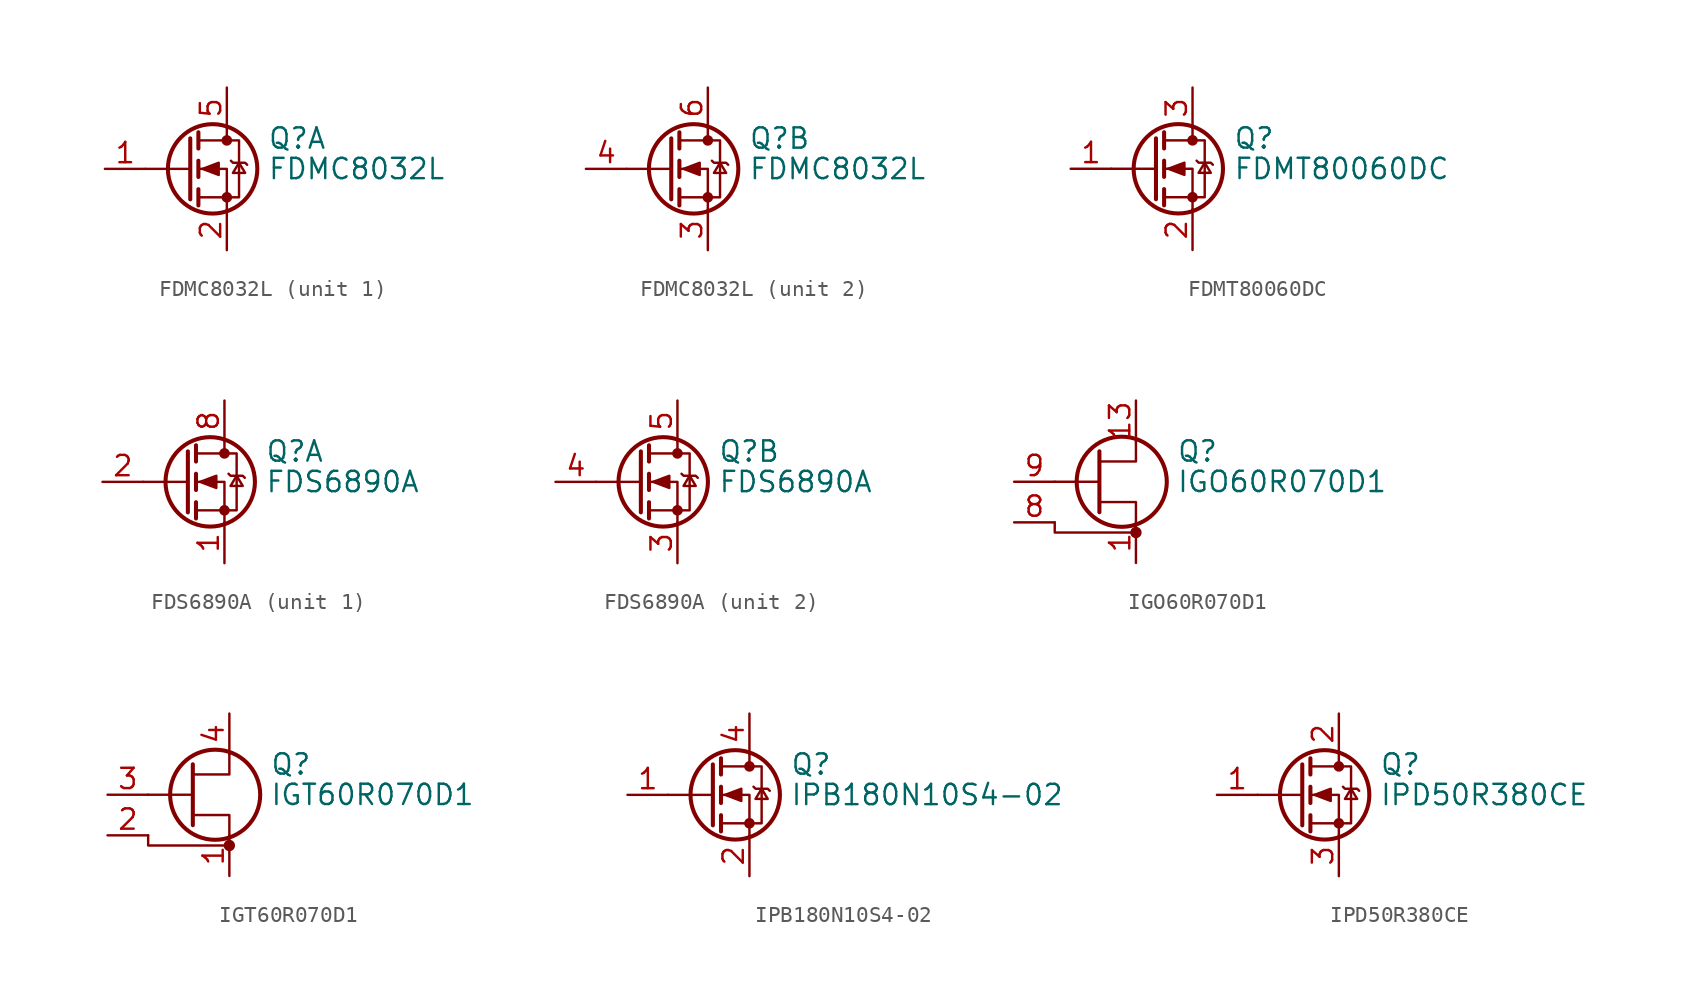
<source format=kicad_sym>
(kicad_symbol_lib
  (version 20201005)
  (generator kicad_symbol_editor)
  (symbol "FDMC8032L"
    (pin_names hide)
    (property "Reference" "Q"
      (at 5.08 1.905 0)
      (effects (font (size 1.27 1.27)) (justify left)))
    (property "Value" "FDMC8032L"
      (at 5.08 0 0)
      (effects (font (size 1.27 1.27)) (justify left)))
    (symbol "FDMC8032L_0_1"
      (circle (center 1.651 0) (radius 2.794) (stroke (width 0.254)) (fill (type none)))
      (circle (center 2.54 -1.778) (radius 0.254) (stroke (width 0)) (fill (type outline)))
      (circle (center 2.54 1.778) (radius 0.254) (stroke (width 0)) (fill (type outline)))
      (polyline (pts (xy 0.254 0) (xy -2.54 0)) (stroke (width 0)) (fill (type none)))
      (polyline (pts (xy 0.254 1.905) (xy 0.254 -1.905)) (stroke (width 0.254)) (fill (type none)))
      (polyline (pts (xy 0.762 -1.27) (xy 0.762 -2.286)) (stroke (width 0.254)) (fill (type none)))
      (polyline (pts (xy 0.762 0.508) (xy 0.762 -0.508)) (stroke (width 0.254)) (fill (type none)))
      (polyline (pts (xy 0.762 2.286) (xy 0.762 1.27)) (stroke (width 0.254)) (fill (type none)))
      (polyline (pts (xy 2.54 2.54) (xy 2.54 1.778)) (stroke (width 0)) (fill (type none)))
      (polyline (pts (xy 2.54 -2.54) (xy 2.54 0) (xy 0.762 0)) (stroke (width 0)) (fill (type none)))
      (polyline (pts (xy 0.762 -1.778) (xy 3.302 -1.778) (xy 3.302 1.778) (xy 0.762 1.778)) (stroke (width 0)) (fill (type none)))
      (polyline (pts (xy 2.794 0.508) (xy 2.921 0.381) (xy 3.683 0.381) (xy 3.81 0.254)) (stroke (width 0)) (fill (type none)))
      (polyline (pts (xy 3.302 0.381) (xy 2.921 -0.254) (xy 3.683 -0.254) (xy 3.302 0.381)) (stroke (width 0)) (fill (type none)))
      (polyline (pts (xy 1.016 0) (xy 2.032 0.381) (xy 2.032 -0.381) (xy 1.016 0)) (stroke (width 0)) (fill (type outline))))
    (symbol "FDMC8032L_1_1"
      (pin passive line (at -5.08 0 0) (length 2.54) (name "G1" (effects (font (size 1.27 1.27)))) (number "1" (effects (font (size 1.27 1.27)))))
      (pin passive line (at 2.54 -5.08 90) (length 2.54) (name "S1" (effects (font (size 1.27 1.27)))) (number "2" (effects (font (size 1.27 1.27)))))
      (pin passive line (at 2.54 5.08 270) (length 2.54) (name "D1" (effects (font (size 1.27 1.27)))) (number "5" (effects (font (size 1.27 1.27))))))
    (symbol "FDMC8032L_2_1"
      (pin passive line (at 2.54 -5.08 90) (length 2.54) (name "S2" (effects (font (size 1.27 1.27)))) (number "3" (effects (font (size 1.27 1.27)))))
      (pin passive line (at -5.08 0 0) (length 2.54) (name "G2" (effects (font (size 1.27 1.27)))) (number "4" (effects (font (size 1.27 1.27)))))
      (pin passive line (at 2.54 5.08 270) (length 2.54) (name "D2" (effects (font (size 1.27 1.27)))) (number "6" (effects (font (size 1.27 1.27)))))))
  (symbol "FDMT80060DC"
    (pin_names hide)
    (property "Reference" "Q"
      (at 5.08 1.905 0)
      (effects (font (size 1.27 1.27)) (justify left)))
    (property "Value" "FDMT80060DC"
      (at 5.08 0 0)
      (effects (font (size 1.27 1.27)) (justify left)))
    (symbol "FDMT80060DC_0_1"
      (circle (center 1.651 0) (radius 2.794) (stroke (width 0.254)) (fill (type none)))
      (circle (center 2.54 -1.778) (radius 0.254) (stroke (width 0)) (fill (type outline)))
      (circle (center 2.54 1.778) (radius 0.254) (stroke (width 0)) (fill (type outline)))
      (polyline (pts (xy 0.254 0) (xy -2.54 0)) (stroke (width 0)) (fill (type none)))
      (polyline (pts (xy 0.254 1.905) (xy 0.254 -1.905)) (stroke (width 0.254)) (fill (type none)))
      (polyline (pts (xy 0.762 -1.27) (xy 0.762 -2.286)) (stroke (width 0.254)) (fill (type none)))
      (polyline (pts (xy 0.762 0.508) (xy 0.762 -0.508)) (stroke (width 0.254)) (fill (type none)))
      (polyline (pts (xy 0.762 2.286) (xy 0.762 1.27)) (stroke (width 0.254)) (fill (type none)))
      (polyline (pts (xy 2.54 2.54) (xy 2.54 1.778)) (stroke (width 0)) (fill (type none)))
      (polyline (pts (xy 2.54 -2.54) (xy 2.54 0) (xy 0.762 0)) (stroke (width 0)) (fill (type none)))
      (polyline (pts (xy 0.762 -1.778) (xy 3.302 -1.778) (xy 3.302 1.778) (xy 0.762 1.778)) (stroke (width 0)) (fill (type none)))
      (polyline (pts (xy 2.794 0.508) (xy 2.921 0.381) (xy 3.683 0.381) (xy 3.81 0.254)) (stroke (width 0)) (fill (type none)))
      (polyline (pts (xy 3.302 0.381) (xy 2.921 -0.254) (xy 3.683 -0.254) (xy 3.302 0.381)) (stroke (width 0)) (fill (type none)))
      (polyline (pts (xy 1.016 0) (xy 2.032 0.381) (xy 2.032 -0.381) (xy 1.016 0)) (stroke (width 0)) (fill (type outline))))
    (symbol "FDMT80060DC_1_1"
      (pin passive line (at -5.08 0 0) (length 2.54) (name "G" (effects (font (size 1.27 1.27)))) (number "1" (effects (font (size 1.27 1.27)))))
      (pin passive line (at 2.54 -5.08 90) (length 2.54) (name "S" (effects (font (size 1.27 1.27)))) (number "2" (effects (font (size 1.27 1.27)))))
      (pin passive line (at 2.54 5.08 270) (length 2.54) (name "D" (effects (font (size 1.27 1.27)))) (number "3" (effects (font (size 1.27 1.27)))))))
  (symbol "FDS6890A"
    (pin_names hide)
    (property "Reference" "Q"
      (at 5.08 1.905 0)
      (effects (font (size 1.27 1.27)) (justify left)))
    (property "Value" "FDS6890A"
      (at 5.08 0 0)
      (effects (font (size 1.27 1.27)) (justify left)))
    (symbol "FDS6890A_0_1"
      (circle (center 1.651 0) (radius 2.794) (stroke (width 0.254)) (fill (type none)))
      (circle (center 2.54 -1.778) (radius 0.254) (stroke (width 0)) (fill (type outline)))
      (circle (center 2.54 1.778) (radius 0.254) (stroke (width 0)) (fill (type outline)))
      (polyline (pts (xy 0.254 0) (xy -2.54 0)) (stroke (width 0)) (fill (type none)))
      (polyline (pts (xy 0.254 1.905) (xy 0.254 -1.905)) (stroke (width 0.254)) (fill (type none)))
      (polyline (pts (xy 0.762 -1.27) (xy 0.762 -2.286)) (stroke (width 0.254)) (fill (type none)))
      (polyline (pts (xy 0.762 0.508) (xy 0.762 -0.508)) (stroke (width 0.254)) (fill (type none)))
      (polyline (pts (xy 0.762 2.286) (xy 0.762 1.27)) (stroke (width 0.254)) (fill (type none)))
      (polyline (pts (xy 2.54 2.54) (xy 2.54 1.778)) (stroke (width 0)) (fill (type none)))
      (polyline (pts (xy 2.54 -2.54) (xy 2.54 0) (xy 0.762 0)) (stroke (width 0)) (fill (type none)))
      (polyline (pts (xy 0.762 -1.778) (xy 3.302 -1.778) (xy 3.302 1.778) (xy 0.762 1.778)) (stroke (width 0)) (fill (type none)))
      (polyline (pts (xy 2.794 0.508) (xy 2.921 0.381) (xy 3.683 0.381) (xy 3.81 0.254)) (stroke (width 0)) (fill (type none)))
      (polyline (pts (xy 3.302 0.381) (xy 2.921 -0.254) (xy 3.683 -0.254) (xy 3.302 0.381)) (stroke (width 0)) (fill (type none)))
      (polyline (pts (xy 1.016 0) (xy 2.032 0.381) (xy 2.032 -0.381) (xy 1.016 0)) (stroke (width 0)) (fill (type outline))))
    (symbol "FDS6890A_1_1"
      (pin passive line (at 2.54 -5.08 90) (length 2.54) (name "S1" (effects (font (size 1.27 1.27)))) (number "1" (effects (font (size 1.27 1.27)))))
      (pin passive line (at -5.08 0 0) (length 2.54) (name "G1" (effects (font (size 1.27 1.27)))) (number "2" (effects (font (size 1.27 1.27)))))
      (pin passive line (at 2.54 5.08 270) (length 2.54) hide (name "D1" (effects (font (size 1.27 1.27)))) (number "7" (effects (font (size 1.27 1.27)))))
      (pin passive line (at 2.54 5.08 270) (length 2.54) (name "D1" (effects (font (size 1.27 1.27)))) (number "8" (effects (font (size 1.27 1.27))))))
    (symbol "FDS6890A_2_1"
      (pin passive line (at 2.54 -5.08 90) (length 2.54) (name "S2" (effects (font (size 1.27 1.27)))) (number "3" (effects (font (size 1.27 1.27)))))
      (pin passive line (at -5.08 0 0) (length 2.54) (name "G2" (effects (font (size 1.27 1.27)))) (number "4" (effects (font (size 1.27 1.27)))))
      (pin passive line (at 2.54 5.08 270) (length 2.54) (name "D2" (effects (font (size 1.27 1.27)))) (number "5" (effects (font (size 1.27 1.27)))))
      (pin passive line (at 2.54 5.08 270) (length 2.54) hide (name "D2" (effects (font (size 1.27 1.27)))) (number "6" (effects (font (size 1.27 1.27)))))))
  (symbol "IGO60R070D1"
    (pin_names
      (offset 0) hide)
    (property "Reference" "Q"
      (at 5.08 1.905 0)
      (effects (font (size 1.27 1.27)) (justify left)))
    (property "Value" "IGO60R070D1"
      (at 5.08 0 0)
      (effects (font (size 1.27 1.27)) (justify left)))
    (symbol "IGO60R070D1_0_1"
      (circle (center 1.651 0) (radius 2.819) (stroke (width 0.254)) (fill (type none)))
      (circle (center 2.54 -3.175) (radius 0.279) (stroke (width 0)) (fill (type outline)))
      (polyline (pts (xy -2.54 0) (xy 0.254 0)) (stroke (width 0)) (fill (type none)))
      (polyline (pts (xy -2.54 -2.54) (xy -2.54 -3.175) (xy 2.54 -3.175)) (stroke (width 0)) (fill (type none)))
      (polyline (pts (xy 0.254 -1.27) (xy 2.54 -1.27) (xy 2.54 -2.54)) (stroke (width 0)) (fill (type none)))
      (polyline (pts (xy 0.254 1.905) (xy 0.254 -1.905) (xy 0.254 -1.905)) (stroke (width 0.254)) (fill (type none)))
      (polyline (pts (xy 2.54 2.54) (xy 2.54 1.27) (xy 0.254 1.27)) (stroke (width 0)) (fill (type none))))
    (symbol "IGO60R070D1_1_1"
      (pin passive line (at 2.54 -5.08 90) (length 2.54) (name "S" (effects (font (size 1.27 1.27)))) (number "1" (effects (font (size 1.27 1.27)))))
      (pin input line (at -5.08 0 0) (length 2.54) hide (name "G" (effects (font (size 1.27 1.27)))) (number "10" (effects (font (size 1.27 1.27)))))
      (pin passive line (at 2.54 5.08 270) (length 2.54) (name "D" (effects (font (size 1.27 1.27)))) (number "13" (effects (font (size 1.27 1.27)))))
      (pin passive line (at 2.54 5.08 270) (length 2.54) hide (name "D" (effects (font (size 1.27 1.27)))) (number "14" (effects (font (size 1.27 1.27)))))
      (pin passive line (at 2.54 5.08 270) (length 2.54) hide (name "D" (effects (font (size 1.27 1.27)))) (number "15" (effects (font (size 1.27 1.27)))))
      (pin passive line (at 2.54 5.08 270) (length 2.54) hide (name "D" (effects (font (size 1.27 1.27)))) (number "16" (effects (font (size 1.27 1.27)))))
      (pin passive line (at 2.54 5.08 270) (length 2.54) hide (name "D" (effects (font (size 1.27 1.27)))) (number "17" (effects (font (size 1.27 1.27)))))
      (pin passive line (at 2.54 5.08 270) (length 2.54) hide (name "D" (effects (font (size 1.27 1.27)))) (number "18" (effects (font (size 1.27 1.27)))))
      (pin passive line (at 2.54 -5.08 90) (length 2.54) hide (name "S" (effects (font (size 1.27 1.27)))) (number "2" (effects (font (size 1.27 1.27)))))
      (pin passive line (at 2.54 -5.08 90) (length 2.54) hide (name "S" (effects (font (size 1.27 1.27)))) (number "21" (effects (font (size 1.27 1.27)))))
      (pin passive line (at 2.54 -5.08 90) (length 2.54) hide (name "S" (effects (font (size 1.27 1.27)))) (number "3" (effects (font (size 1.27 1.27)))))
      (pin passive line (at 2.54 -5.08 90) (length 2.54) hide (name "S" (effects (font (size 1.27 1.27)))) (number "4" (effects (font (size 1.27 1.27)))))
      (pin passive line (at 2.54 -5.08 90) (length 2.54) hide (name "S" (effects (font (size 1.27 1.27)))) (number "5" (effects (font (size 1.27 1.27)))))
      (pin passive line (at 2.54 -5.08 90) (length 2.54) hide (name "S" (effects (font (size 1.27 1.27)))) (number "6" (effects (font (size 1.27 1.27)))))
      (pin passive line (at 2.54 -5.08 90) (length 2.54) hide (name "S" (effects (font (size 1.27 1.27)))) (number "7" (effects (font (size 1.27 1.27)))))
      (pin passive line (at -5.08 -2.54 0) (length 2.54) (name "SS" (effects (font (size 1.27 1.27)))) (number "8" (effects (font (size 1.27 1.27)))))
      (pin input line (at -5.08 0 0) (length 2.54) (name "G" (effects (font (size 1.27 1.27)))) (number "9" (effects (font (size 1.27 1.27)))))))
  (symbol "IGT60R070D1"
    (pin_names
      (offset 0) hide)
    (property "Reference" "Q"
      (at 5.08 1.905 0)
      (effects (font (size 1.27 1.27)) (justify left)))
    (property "Value" "IGT60R070D1"
      (at 5.08 0 0)
      (effects (font (size 1.27 1.27)) (justify left)))
    (symbol "IGT60R070D1_0_1"
      (circle (center 1.651 0) (radius 2.819) (stroke (width 0.254)) (fill (type none)))
      (circle (center 2.54 -3.175) (radius 0.279) (stroke (width 0)) (fill (type outline)))
      (polyline (pts (xy -2.54 0) (xy 0.254 0)) (stroke (width 0)) (fill (type none)))
      (polyline (pts (xy -2.54 -2.54) (xy -2.54 -3.175) (xy 2.54 -3.175)) (stroke (width 0)) (fill (type none)))
      (polyline (pts (xy 0.254 -1.27) (xy 2.54 -1.27) (xy 2.54 -2.54)) (stroke (width 0)) (fill (type none)))
      (polyline (pts (xy 0.254 1.905) (xy 0.254 -1.905) (xy 0.254 -1.905)) (stroke (width 0.254)) (fill (type none)))
      (polyline (pts (xy 2.54 2.54) (xy 2.54 1.27) (xy 0.254 1.27)) (stroke (width 0)) (fill (type none))))
    (symbol "IGT60R070D1_1_1"
      (pin passive line (at 2.54 -5.08 90) (length 2.54) (name "S" (effects (font (size 1.27 1.27)))) (number "1" (effects (font (size 1.27 1.27)))))
      (pin passive line (at -5.08 -2.54 0) (length 2.54) (name "SS" (effects (font (size 1.27 1.27)))) (number "2" (effects (font (size 1.27 1.27)))))
      (pin input line (at -5.08 0 0) (length 2.54) (name "G" (effects (font (size 1.27 1.27)))) (number "3" (effects (font (size 1.27 1.27)))))
      (pin passive line (at 2.54 5.08 270) (length 2.54) (name "D" (effects (font (size 1.27 1.27)))) (number "4" (effects (font (size 1.27 1.27)))))))
  (symbol "IPB180N10S4-02"
    (pin_names hide)
    (property "Reference" "Q"
      (at 5.08 1.905 0)
      (effects (font (size 1.27 1.27)) (justify left)))
    (property "Value" "IPB180N10S4-02"
      (at 5.08 0 0)
      (effects (font (size 1.27 1.27)) (justify left)))
    (symbol "IPB180N10S4-02_0_1"
      (circle (center 1.651 0) (radius 2.794) (stroke (width 0.254)) (fill (type none)))
      (circle (center 2.54 -1.778) (radius 0.254) (stroke (width 0)) (fill (type outline)))
      (circle (center 2.54 1.778) (radius 0.254) (stroke (width 0)) (fill (type outline)))
      (polyline (pts (xy 0.254 0) (xy -2.54 0)) (stroke (width 0)) (fill (type none)))
      (polyline (pts (xy 0.254 1.905) (xy 0.254 -1.905)) (stroke (width 0.254)) (fill (type none)))
      (polyline (pts (xy 0.762 -1.27) (xy 0.762 -2.286)) (stroke (width 0.254)) (fill (type none)))
      (polyline (pts (xy 0.762 0.508) (xy 0.762 -0.508)) (stroke (width 0.254)) (fill (type none)))
      (polyline (pts (xy 0.762 2.286) (xy 0.762 1.27)) (stroke (width 0.254)) (fill (type none)))
      (polyline (pts (xy 2.54 2.54) (xy 2.54 1.778)) (stroke (width 0)) (fill (type none)))
      (polyline (pts (xy 2.54 -2.54) (xy 2.54 0) (xy 0.762 0)) (stroke (width 0)) (fill (type none)))
      (polyline (pts (xy 0.762 -1.778) (xy 3.302 -1.778) (xy 3.302 1.778) (xy 0.762 1.778)) (stroke (width 0)) (fill (type none)))
      (polyline (pts (xy 2.794 0.508) (xy 2.921 0.381) (xy 3.683 0.381) (xy 3.81 0.254)) (stroke (width 0)) (fill (type none)))
      (polyline (pts (xy 3.302 0.381) (xy 2.921 -0.254) (xy 3.683 -0.254) (xy 3.302 0.381)) (stroke (width 0)) (fill (type none)))
      (polyline (pts (xy 1.016 0) (xy 2.032 0.381) (xy 2.032 -0.381) (xy 1.016 0)) (stroke (width 0)) (fill (type outline))))
    (symbol "IPB180N10S4-02_1_1"
      (pin passive line (at -5.08 0 0) (length 2.54) (name "G" (effects (font (size 1.27 1.27)))) (number "1" (effects (font (size 1.27 1.27)))))
      (pin passive line (at 2.54 -5.08 90) (length 2.54) (name "S" (effects (font (size 1.27 1.27)))) (number "2" (effects (font (size 1.27 1.27)))))
      (pin passive line (at 2.54 -5.08 90) (length 2.54) hide (name "S" (effects (font (size 1.27 1.27)))) (number "3" (effects (font (size 1.27 1.27)))))
      (pin passive line (at 2.54 5.08 270) (length 2.54) (name "D" (effects (font (size 1.27 1.27)))) (number "4" (effects (font (size 1.27 1.27)))))
      (pin passive line (at 2.54 -5.08 90) (length 2.54) hide (name "S" (effects (font (size 1.27 1.27)))) (number "5" (effects (font (size 1.27 1.27)))))
      (pin passive line (at 2.54 -5.08 90) (length 2.54) hide (name "S" (effects (font (size 1.27 1.27)))) (number "6" (effects (font (size 1.27 1.27)))))
      (pin passive line (at 2.54 -5.08 90) (length 2.54) hide (name "S" (effects (font (size 1.27 1.27)))) (number "7" (effects (font (size 1.27 1.27)))))))
  (symbol "IPD50R380CE"
    (pin_names hide)
    (property "Reference" "Q"
      (at 5.08 1.905 0)
      (effects (font (size 1.27 1.27)) (justify left)))
    (property "Value" "IPD50R380CE"
      (at 5.08 0 0)
      (effects (font (size 1.27 1.27)) (justify left)))
    (symbol "IPD50R380CE_0_1"
      (circle (center 1.651 0) (radius 2.794) (stroke (width 0.254)) (fill (type none)))
      (circle (center 2.54 -1.778) (radius 0.254) (stroke (width 0)) (fill (type outline)))
      (circle (center 2.54 1.778) (radius 0.254) (stroke (width 0)) (fill (type outline)))
      (polyline (pts (xy 0.254 0) (xy -2.54 0)) (stroke (width 0)) (fill (type none)))
      (polyline (pts (xy 0.254 1.905) (xy 0.254 -1.905)) (stroke (width 0.254)) (fill (type none)))
      (polyline (pts (xy 0.762 -1.27) (xy 0.762 -2.286)) (stroke (width 0.254)) (fill (type none)))
      (polyline (pts (xy 0.762 0.508) (xy 0.762 -0.508)) (stroke (width 0.254)) (fill (type none)))
      (polyline (pts (xy 0.762 2.286) (xy 0.762 1.27)) (stroke (width 0.254)) (fill (type none)))
      (polyline (pts (xy 2.54 2.54) (xy 2.54 1.778)) (stroke (width 0)) (fill (type none)))
      (polyline (pts (xy 2.54 -2.54) (xy 2.54 0) (xy 0.762 0)) (stroke (width 0)) (fill (type none)))
      (polyline (pts (xy 0.762 -1.778) (xy 3.302 -1.778) (xy 3.302 1.778) (xy 0.762 1.778)) (stroke (width 0)) (fill (type none)))
      (polyline (pts (xy 2.794 0.508) (xy 2.921 0.381) (xy 3.683 0.381) (xy 3.81 0.254)) (stroke (width 0)) (fill (type none)))
      (polyline (pts (xy 3.302 0.381) (xy 2.921 -0.254) (xy 3.683 -0.254) (xy 3.302 0.381)) (stroke (width 0)) (fill (type none)))
      (polyline (pts (xy 1.016 0) (xy 2.032 0.381) (xy 2.032 -0.381) (xy 1.016 0)) (stroke (width 0)) (fill (type outline))))
    (symbol "IPD50R380CE_1_1"
      (pin input line (at -5.08 0 0) (length 2.54) (name "G" (effects (font (size 1.27 1.27)))) (number "1" (effects (font (size 1.27 1.27)))))
      (pin passive line (at 2.54 5.08 270) (length 2.54) (name "D" (effects (font (size 1.27 1.27)))) (number "2" (effects (font (size 1.27 1.27)))))
      (pin passive line (at 2.54 -5.08 90) (length 2.54) (name "S" (effects (font (size 1.27 1.27)))) (number "3" (effects (font (size 1.27 1.27))))))))
</source>
